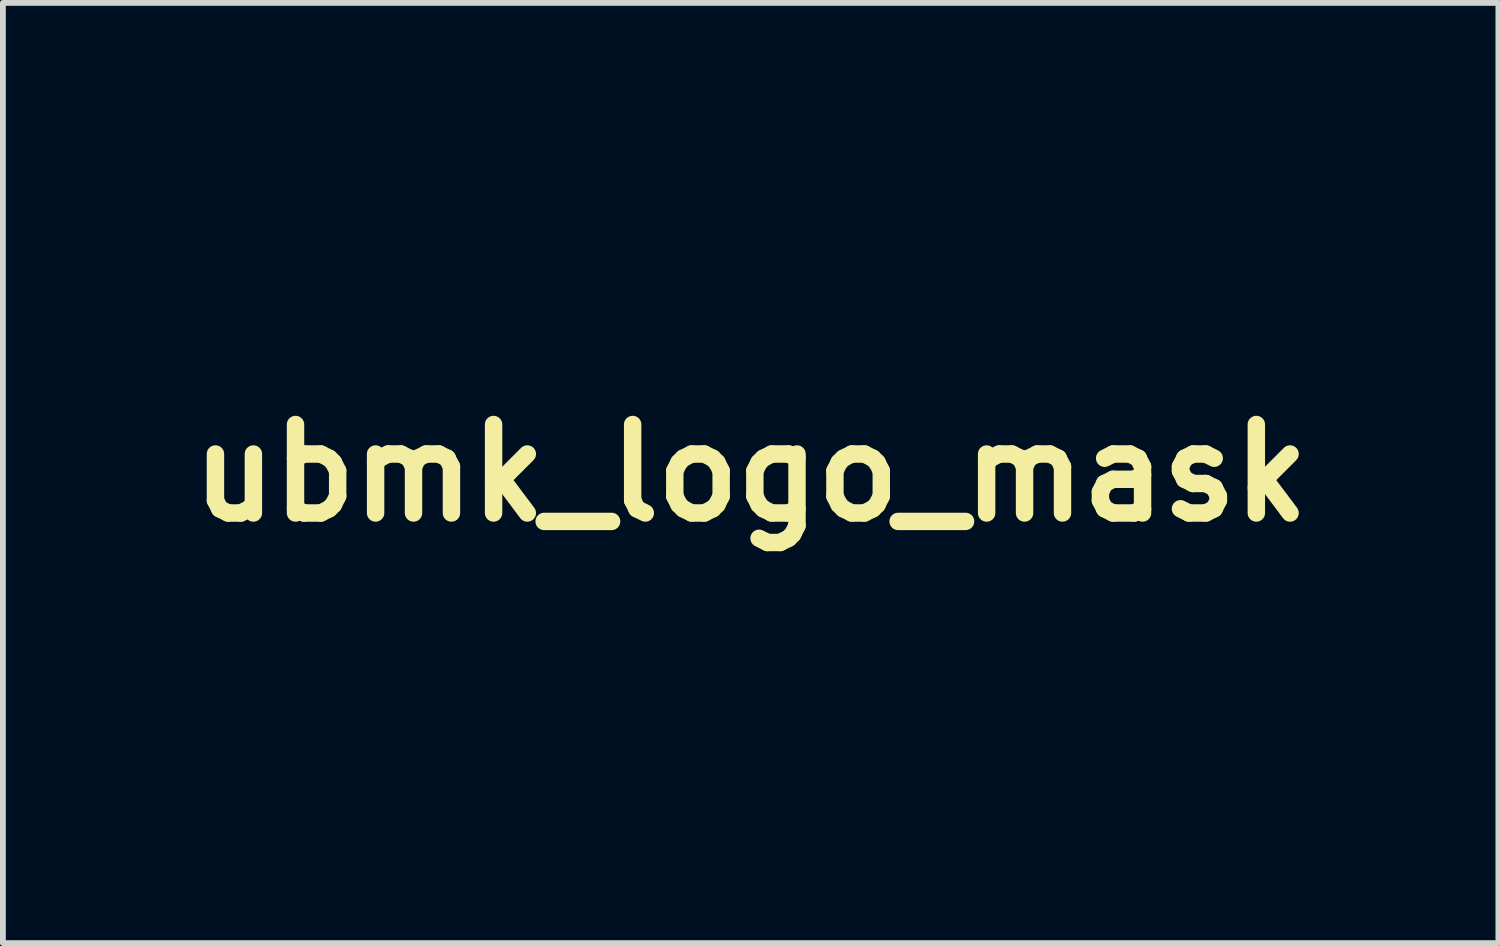
<source format=kicad_pcb>
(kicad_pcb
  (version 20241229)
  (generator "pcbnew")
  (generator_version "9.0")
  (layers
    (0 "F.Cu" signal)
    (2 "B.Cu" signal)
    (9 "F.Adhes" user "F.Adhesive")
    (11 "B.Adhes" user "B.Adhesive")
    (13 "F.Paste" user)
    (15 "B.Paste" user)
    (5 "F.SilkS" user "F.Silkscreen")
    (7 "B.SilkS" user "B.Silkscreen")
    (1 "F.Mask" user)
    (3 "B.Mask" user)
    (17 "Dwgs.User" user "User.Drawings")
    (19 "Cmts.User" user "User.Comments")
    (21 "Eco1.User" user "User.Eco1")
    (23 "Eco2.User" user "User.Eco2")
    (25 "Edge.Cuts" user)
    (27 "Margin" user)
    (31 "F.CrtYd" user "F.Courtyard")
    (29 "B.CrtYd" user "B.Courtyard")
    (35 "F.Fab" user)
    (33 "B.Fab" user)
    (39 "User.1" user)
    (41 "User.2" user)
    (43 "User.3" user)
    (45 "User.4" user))
  (footprint "ubmk_logo_mask"
    (layer "F.Cu")
    (at 9.877 5.095)
    (property "Reference" "ubmk_logo_mask" (at 0 0 0) (layer "F.SilkS") (effects (font (size 1.524 1.524) (thickness 0.3))))
    (attr through_hole)
    (fp_poly (pts (xy 5.39 -3.323) (xy 5.456 -3.3) (xy 5.507 -3.257) (xy 5.522 -3.234) (xy 5.537 -3.189) (xy 5.545 -3.133) (xy 5.546 -3.116) (xy 5.542 -3.065) (xy 5.526 -3.028) (xy 5.492 -2.99) (xy 5.457 -2.958) (xy 5.423 -2.942) (xy 5.379 -2.937) (xy 5.355 -2.937) (xy 5.292 -2.942) (xy 5.244 -2.956) (xy 5.236 -2.961) (xy 5.189 -3.011) (xy 5.163 -3.074) (xy 5.156 -3.143) (xy 5.17 -3.211) (xy 5.203 -3.268) (xy 5.248 -3.304) (xy 5.318 -3.325) (xy 5.39 -3.323)) (stroke (width 0.01) (type solid)) (fill yes) (layer "F.Mask"))
    (fp_poly (pts (xy 5.441 -3.98) (xy 5.528 -3.97) (xy 5.532 -3.969) (xy 5.669 -3.926) (xy 5.802 -3.856) (xy 5.923 -3.766) (xy 6.027 -3.658) (xy 6.085 -3.576) (xy 6.127 -3.491) (xy 6.141 -3.418) (xy 6.127 -3.356) (xy 6.093 -3.31) (xy 6.054 -3.279) (xy 6.01 -3.266) (xy 5.98 -3.265) (xy 5.923 -3.273) (xy 5.88 -3.292) (xy 5.88 -3.293) (xy 5.853 -3.322) (xy 5.822 -3.366) (xy 5.807 -3.391) (xy 5.733 -3.49) (xy 5.64 -3.568) (xy 5.533 -3.622) (xy 5.416 -3.65) (xy 5.293 -3.652) (xy 5.175 -3.626) (xy 5.101 -3.603) (xy 5.046 -3.595) (xy 5.004 -3.602) (xy 4.966 -3.624) (xy 4.948 -3.638) (xy 4.915 -3.674) (xy 4.9 -3.71) (xy 4.897 -3.754) (xy 4.907 -3.817) (xy 4.937 -3.867) (xy 4.993 -3.908) (xy 5.06 -3.938) (xy 5.137 -3.96) (xy 5.234 -3.974) (xy 5.339 -3.981) (xy 5.441 -3.98)) (stroke (width 0.01) (type solid)) (fill yes) (layer "F.Mask"))
    (fp_poly (pts (xy 2.515 -0.859) (xy 2.632 -0.859) (xy 2.765 -1.101) (xy 2.898 -1.343) (xy 3.175 -1.343) (xy 3.264 -1.343) (xy 3.341 -1.342) (xy 3.402 -1.34) (xy 3.44 -1.338) (xy 3.452 -1.336) (xy 3.444 -1.321) (xy 3.422 -1.284) (xy 3.388 -1.229) (xy 3.345 -1.16) (xy 3.294 -1.081) (xy 3.286 -1.067) (xy 3.236 -0.988) (xy 3.194 -0.917) (xy 3.162 -0.86) (xy 3.142 -0.82) (xy 3.136 -0.801) (xy 3.137 -0.8) (xy 3.183 -0.776) (xy 3.236 -0.734) (xy 3.287 -0.684) (xy 3.306 -0.66) (xy 3.337 -0.612) (xy 3.36 -0.557) (xy 3.375 -0.49) (xy 3.385 -0.406) (xy 3.389 -0.299) (xy 3.39 -0.226) (xy 3.39 -0.016) (xy 2.89 -0.016) (xy 2.89 -0.224) (xy 2.889 -0.311) (xy 2.888 -0.372) (xy 2.884 -0.413) (xy 2.876 -0.442) (xy 2.866 -0.463) (xy 2.858 -0.474) (xy 2.805 -0.516) (xy 2.728 -0.539) (xy 2.628 -0.544) (xy 2.617 -0.544) (xy 2.523 -0.539) (xy 2.514 -0.016) (xy 2.031 -0.016) (xy 2.031 -1.89) (xy 2.515 -1.89) (xy 2.515 -0.859)) (stroke (width 0.01) (type solid)) (fill yes) (layer "F.Mask"))
    (fp_poly (pts (xy -3.123 -0.972) (xy -3.122 -0.826) (xy -3.119 -0.71) (xy -3.115 -0.623) (xy -3.108 -0.567) (xy -3.104 -0.548) (xy -3.067 -0.486) (xy -3.007 -0.445) (xy -2.943 -0.428) (xy -2.873 -0.431) (xy -2.815 -0.461) (xy -2.769 -0.514) (xy -2.758 -0.532) (xy -2.75 -0.55) (xy -2.744 -0.573) (xy -2.739 -0.604) (xy -2.736 -0.649) (xy -2.735 -0.712) (xy -2.734 -0.795) (xy -2.734 -0.904) (xy -2.734 -0.955) (xy -2.734 -1.343) (xy -2.249 -1.343) (xy -2.249 -0.901) (xy -2.25 -0.756) (xy -2.251 -0.638) (xy -2.254 -0.543) (xy -2.26 -0.468) (xy -2.268 -0.408) (xy -2.28 -0.359) (xy -2.296 -0.318) (xy -2.317 -0.28) (xy -2.343 -0.241) (xy -2.351 -0.23) (xy -2.439 -0.136) (xy -2.548 -0.063) (xy -2.622 -0.03) (xy -2.693 -0.01) (xy -2.784 0.003) (xy -2.886 0.011) (xy -2.987 0.011) (xy -3.077 0.005) (xy -3.132 -0.005) (xy -3.262 -0.053) (xy -3.378 -0.123) (xy -3.474 -0.212) (xy -3.547 -0.317) (xy -3.559 -0.341) (xy -3.601 -0.43) (xy -3.606 -0.886) (xy -3.611 -1.343) (xy -3.124 -1.343) (xy -3.123 -0.972)) (stroke (width 0.01) (type solid)) (fill yes) (layer "F.Mask"))
    (fp_poly (pts (xy 5.53 -5.081) (xy 5.759 -5.046) (xy 5.984 -4.983) (xy 6.199 -4.896) (xy 6.404 -4.783) (xy 6.595 -4.646) (xy 6.769 -4.486) (xy 6.918 -4.312) (xy 6.979 -4.225) (xy 7.034 -4.136) (xy 7.08 -4.051) (xy 7.115 -3.974) (xy 7.135 -3.912) (xy 7.139 -3.884) (xy 7.125 -3.821) (xy 7.088 -3.771) (xy 7.035 -3.738) (xy 6.973 -3.727) (xy 6.911 -3.74) (xy 6.879 -3.761) (xy 6.847 -3.8) (xy 6.809 -3.86) (xy 6.796 -3.884) (xy 6.673 -4.081) (xy 6.529 -4.254) (xy 6.366 -4.404) (xy 6.184 -4.53) (xy 5.985 -4.63) (xy 5.77 -4.703) (xy 5.541 -4.749) (xy 5.534 -4.75) (xy 5.342 -4.761) (xy 5.141 -4.746) (xy 4.936 -4.704) (xy 4.733 -4.637) (xy 4.732 -4.637) (xy 4.666 -4.612) (xy 4.62 -4.599) (xy 4.584 -4.596) (xy 4.551 -4.602) (xy 4.55 -4.602) (xy 4.491 -4.631) (xy 4.451 -4.679) (xy 4.432 -4.739) (xy 4.437 -4.803) (xy 4.462 -4.854) (xy 4.497 -4.886) (xy 4.555 -4.92) (xy 4.61 -4.945) (xy 4.834 -5.023) (xy 5.064 -5.071) (xy 5.297 -5.09) (xy 5.53 -5.081)) (stroke (width 0.01) (type solid)) (fill yes) (layer "F.Mask"))
    (fp_poly (pts (xy 5.563 -4.52) (xy 5.766 -4.475) (xy 5.959 -4.402) (xy 6.14 -4.299) (xy 6.177 -4.274) (xy 6.268 -4.201) (xy 6.356 -4.116) (xy 6.439 -4.023) (xy 6.512 -3.927) (xy 6.572 -3.834) (xy 6.614 -3.748) (xy 6.635 -3.675) (xy 6.636 -3.668) (xy 6.638 -3.619) (xy 6.629 -3.587) (xy 6.604 -3.555) (xy 6.595 -3.547) (xy 6.555 -3.514) (xy 6.512 -3.501) (xy 6.48 -3.5) (xy 6.432 -3.503) (xy 6.394 -3.512) (xy 6.387 -3.515) (xy 6.367 -3.535) (xy 6.339 -3.576) (xy 6.307 -3.629) (xy 6.297 -3.646) (xy 6.197 -3.797) (xy 6.075 -3.927) (xy 5.932 -4.034) (xy 5.772 -4.118) (xy 5.597 -4.177) (xy 5.468 -4.202) (xy 5.313 -4.209) (xy 5.146 -4.187) (xy 4.97 -4.137) (xy 4.899 -4.113) (xy 4.849 -4.101) (xy 4.811 -4.098) (xy 4.781 -4.103) (xy 4.724 -4.131) (xy 4.684 -4.179) (xy 4.663 -4.237) (xy 4.665 -4.299) (xy 4.691 -4.355) (xy 4.697 -4.362) (xy 4.75 -4.404) (xy 4.828 -4.442) (xy 4.926 -4.475) (xy 5.038 -4.503) (xy 5.16 -4.522) (xy 5.285 -4.533) (xy 5.35 -4.534) (xy 5.563 -4.52)) (stroke (width 0.01) (type solid)) (fill yes) (layer "F.Mask"))
    (fp_poly (pts (xy -1.546 -1.234) (xy -1.477 -1.287) (xy -1.386 -1.338) (xy -1.28 -1.366) (xy -1.166 -1.371) (xy -1.048 -1.355) (xy -0.933 -1.318) (xy -0.827 -1.259) (xy -0.782 -1.225) (xy -0.714 -1.153) (xy -0.654 -1.06) (xy -0.607 -0.959) (xy -0.587 -0.89) (xy -0.565 -0.736) (xy -0.571 -0.589) (xy -0.603 -0.451) (xy -0.659 -0.325) (xy -0.737 -0.215) (xy -0.835 -0.123) (xy -0.953 -0.053) (xy -1.088 -0.006) (xy -1.106 -0.002) (xy -1.192 0.01) (xy -1.292 0.014) (xy -1.395 0.011) (xy -1.487 0.000044) (xy -1.529 -0.009) (xy -1.666 -0.061) (xy -1.784 -0.138) (xy -1.883 -0.24) (xy -1.962 -0.364) (xy -1.967 -0.375) (xy -2.023 -0.492) (xy -2.024 -0.672) (xy -1.531 -0.672) (xy -1.518 -0.583) (xy -1.482 -0.51) (xy -1.429 -0.456) (xy -1.361 -0.425) (xy -1.284 -0.418) (xy -1.201 -0.439) (xy -1.186 -0.447) (xy -1.131 -0.49) (xy -1.094 -0.553) (xy -1.074 -0.628) (xy -1.072 -0.707) (xy -1.09 -0.783) (xy -1.128 -0.848) (xy -1.139 -0.86) (xy -1.205 -0.907) (xy -1.275 -0.927) (xy -1.346 -0.922) (xy -1.412 -0.895) (xy -1.468 -0.848) (xy -1.508 -0.783) (xy -1.529 -0.703) (xy -1.531 -0.672) (xy -2.024 -0.672) (xy -2.028 -1.191) (xy -2.032 -1.89) (xy -1.546 -1.89) (xy -1.546 -1.234)) (stroke (width 0.01) (type solid)) (fill yes) (layer "F.Mask"))
    (fp_poly (pts (xy 5.144 2.424) (xy 5.159 2.425) (xy 5.788 2.429) (xy 5.857 2.468) (xy 5.927 2.524) (xy 5.963 2.577) (xy 5.999 2.647) (xy 5.995 3.321) (xy 5.991 3.996) (xy 5.943 4.056) (xy 5.921 4.083) (xy 5.902 4.105) (xy 5.881 4.123) (xy 5.855 4.138) (xy 5.823 4.149) (xy 5.78 4.157) (xy 5.724 4.163) (xy 5.652 4.167) (xy 5.561 4.169) (xy 5.448 4.17) (xy 5.31 4.171) (xy 5.144 4.171) (xy 5.124 4.171) (xy 4.959 4.171) (xy 4.822 4.17) (xy 4.712 4.169) (xy 4.623 4.168) (xy 4.555 4.166) (xy 4.503 4.163) (xy 4.465 4.16) (xy 4.439 4.155) (xy 4.42 4.15) (xy 4.413 4.146) (xy 4.348 4.105) (xy 4.304 4.054) (xy 4.278 4.007) (xy 4.271 3.989) (xy 4.265 3.968) (xy 4.261 3.941) (xy 4.257 3.905) (xy 4.254 3.856) (xy 4.252 3.792) (xy 4.251 3.709) (xy 4.25 3.604) (xy 4.25 3.474) (xy 4.249 3.316) (xy 4.249 3.312) (xy 4.25 3.151) (xy 4.251 3.007) (xy 4.251 2.999) (xy 4.827 2.999) (xy 4.827 3.609) (xy 5.128 3.605) (xy 5.428 3.601) (xy 5.433 3.3) (xy 5.437 2.999) (xy 4.827 2.999) (xy 4.251 2.999) (xy 4.253 2.881) (xy 4.255 2.777) (xy 4.258 2.697) (xy 4.262 2.644) (xy 4.265 2.622) (xy 4.294 2.565) (xy 4.344 2.509) (xy 4.407 2.463) (xy 4.467 2.437) (xy 4.503 2.432) (xy 4.57 2.428) (xy 4.667 2.425) (xy 4.795 2.424) (xy 4.954 2.424) (xy 5.144 2.424)) (stroke (width 0.01) (type solid)) (fill yes) (layer "F.Mask"))
    (fp_poly (pts (xy -4.887 -1.763) (xy -4.82 -1.762) (xy -4.768 -1.76) (xy -4.729 -1.756) (xy -4.7 -1.752) (xy -4.678 -1.747) (xy -4.659 -1.741) (xy -4.649 -1.736) (xy -4.596 -1.704) (xy -4.547 -1.66) (xy -4.536 -1.647) (xy -4.491 -1.588) (xy -4.491 -0.193) (xy -4.536 -0.134) (xy -4.557 -0.106) (xy -4.578 -0.084) (xy -4.601 -0.065) (xy -4.629 -0.051) (xy -4.664 -0.039) (xy -4.712 -0.03) (xy -4.773 -0.024) (xy -4.851 -0.02) (xy -4.949 -0.018) (xy -5.069 -0.017) (xy -5.216 -0.016) (xy -5.358 -0.016) (xy -5.518 -0.016) (xy -5.649 -0.016) (xy -5.755 -0.017) (xy -5.84 -0.018) (xy -5.905 -0.019) (xy -5.955 -0.022) (xy -5.993 -0.025) (xy -6.02 -0.03) (xy -6.041 -0.035) (xy -6.059 -0.042) (xy -6.073 -0.049) (xy -6.12 -0.078) (xy -6.16 -0.112) (xy -6.169 -0.123) (xy -6.185 -0.147) (xy -6.198 -0.172) (xy -6.208 -0.202) (xy -6.216 -0.239) (xy -6.223 -0.287) (xy -6.227 -0.348) (xy -6.23 -0.426) (xy -6.231 -0.524) (xy -6.231 -0.577) (xy -5.655 -0.577) (xy -5.354 -0.582) (xy -5.053 -0.586) (xy -5.053 -1.195) (xy -5.354 -1.199) (xy -5.655 -1.204) (xy -5.655 -0.577) (xy -6.231 -0.577) (xy -6.231 -0.644) (xy -6.231 -0.79) (xy -6.23 -0.922) (xy -6.228 -1.089) (xy -6.227 -1.229) (xy -6.225 -1.343) (xy -6.221 -1.435) (xy -6.216 -1.507) (xy -6.209 -1.563) (xy -6.199 -1.606) (xy -6.186 -1.638) (xy -6.17 -1.663) (xy -6.149 -1.683) (xy -6.124 -1.702) (xy -6.103 -1.716) (xy -6.04 -1.757) (xy -5.378 -1.762) (xy -5.216 -1.763) (xy -5.083 -1.763) (xy -4.974 -1.763) (xy -4.887 -1.763)) (stroke (width 0.01) (type solid)) (fill yes) (layer "F.Mask"))
    (fp_poly (pts (xy -5.439 2.424) (xy -5.313 2.424) (xy -4.676 2.429) (xy -4.611 2.472) (xy -4.564 2.512) (xy -4.525 2.56) (xy -4.515 2.577) (xy -4.507 2.593) (xy -4.501 2.611) (xy -4.496 2.634) (xy -4.492 2.664) (xy -4.489 2.705) (xy -4.486 2.76) (xy -4.485 2.832) (xy -4.484 2.924) (xy -4.483 3.039) (xy -4.483 3.18) (xy -4.483 3.294) (xy -4.484 3.479) (xy -4.485 3.637) (xy -4.487 3.767) (xy -4.49 3.869) (xy -4.493 3.942) (xy -4.498 3.985) (xy -4.5 3.994) (xy -4.533 4.051) (xy -4.583 4.106) (xy -4.64 4.147) (xy -4.643 4.149) (xy -4.658 4.154) (xy -4.684 4.159) (xy -4.722 4.163) (xy -4.775 4.165) (xy -4.846 4.167) (xy -4.938 4.169) (xy -5.053 4.17) (xy -5.195 4.17) (xy -5.353 4.17) (xy -5.516 4.17) (xy -5.651 4.169) (xy -5.761 4.169) (xy -5.848 4.167) (xy -5.916 4.166) (xy -5.967 4.163) (xy -6.006 4.16) (xy -6.034 4.156) (xy -6.054 4.15) (xy -6.07 4.144) (xy -6.077 4.141) (xy -6.145 4.094) (xy -6.19 4.034) (xy -6.21 3.988) (xy -6.216 3.957) (xy -6.22 3.9) (xy -6.224 3.819) (xy -6.228 3.72) (xy -6.23 3.607) (xy -6.232 3.484) (xy -6.233 3.355) (xy -6.233 3.224) (xy -6.233 3.096) (xy -6.232 2.999) (xy -5.655 2.999) (xy -5.655 3.608) (xy -5.046 3.608) (xy -5.046 2.999) (xy -5.655 2.999) (xy -6.232 2.999) (xy -6.232 2.976) (xy -6.23 2.866) (xy -6.227 2.773) (xy -6.223 2.699) (xy -6.218 2.649) (xy -6.215 2.633) (xy -6.183 2.565) (xy -6.128 2.503) (xy -6.062 2.456) (xy -6.017 2.438) (xy -5.984 2.433) (xy -5.928 2.429) (xy -5.847 2.426) (xy -5.739 2.424) (xy -5.603 2.423) (xy -5.439 2.424)) (stroke (width 0.01) (type solid)) (fill yes) (layer "F.Mask"))
    (fp_poly (pts (xy 0.361 -1.369) (xy 0.495 -1.339) (xy 0.614 -1.29) (xy 0.72 -1.236) (xy 0.792 -1.281) (xy 0.866 -1.317) (xy 0.96 -1.347) (xy 1.062 -1.367) (xy 1.16 -1.375) (xy 1.161 -1.375) (xy 1.309 -1.362) (xy 1.443 -1.326) (xy 1.56 -1.268) (xy 1.657 -1.189) (xy 1.732 -1.091) (xy 1.768 -1.018) (xy 1.778 -0.99) (xy 1.786 -0.963) (xy 1.792 -0.931) (xy 1.797 -0.891) (xy 1.801 -0.839) (xy 1.803 -0.77) (xy 1.806 -0.681) (xy 1.807 -0.567) (xy 1.809 -0.473) (xy 1.815 -0.016) (xy 1.312 -0.016) (xy 1.312 -0.399) (xy 1.312 -0.534) (xy 1.31 -0.641) (xy 1.306 -0.724) (xy 1.3 -0.787) (xy 1.29 -0.833) (xy 1.276 -0.865) (xy 1.257 -0.888) (xy 1.233 -0.904) (xy 1.209 -0.916) (xy 1.135 -0.932) (xy 1.069 -0.92) (xy 1.015 -0.881) (xy 0.977 -0.819) (xy 0.968 -0.786) (xy 0.964 -0.754) (xy 0.96 -0.695) (xy 0.957 -0.616) (xy 0.955 -0.522) (xy 0.953 -0.418) (xy 0.953 -0.371) (xy 0.953 -0.016) (xy 0.469 -0.016) (xy 0.469 -0.407) (xy 0.468 -0.54) (xy 0.467 -0.646) (xy 0.463 -0.728) (xy 0.457 -0.789) (xy 0.448 -0.834) (xy 0.434 -0.865) (xy 0.415 -0.887) (xy 0.391 -0.904) (xy 0.364 -0.916) (xy 0.291 -0.932) (xy 0.224 -0.919) (xy 0.169 -0.879) (xy 0.128 -0.813) (xy 0.126 -0.807) (xy 0.121 -0.777) (xy 0.116 -0.718) (xy 0.113 -0.635) (xy 0.11 -0.53) (xy 0.109 -0.408) (xy 0.109 -0.39) (xy 0.109 -0.016) (xy -0.375 -0.016) (xy -0.375 -0.451) (xy -0.375 -0.582) (xy -0.374 -0.686) (xy -0.372 -0.768) (xy -0.37 -0.831) (xy -0.366 -0.88) (xy -0.361 -0.919) (xy -0.354 -0.953) (xy -0.344 -0.986) (xy -0.343 -0.989) (xy -0.294 -1.098) (xy -0.222 -1.191) (xy -0.129 -1.266) (xy -0.021 -1.323) (xy 0.099 -1.359) (xy 0.228 -1.375) (xy 0.361 -1.369)) (stroke (width 0.01) (type solid)) (fill yes) (layer "F.Mask"))
    (fp_poly (pts (xy -1.001 0.328) (xy -0.862 0.329) (xy -0.749 0.33) (xy -0.658 0.332) (xy -0.586 0.336) (xy -0.53 0.341) (xy -0.488 0.348) (xy -0.455 0.358) (xy -0.428 0.37) (xy -0.406 0.386) (xy -0.385 0.404) (xy -0.378 0.411) (xy -0.359 0.429) (xy -0.343 0.446) (xy -0.33 0.466) (xy -0.32 0.491) (xy -0.312 0.524) (xy -0.306 0.569) (xy -0.302 0.627) (xy -0.299 0.703) (xy -0.298 0.799) (xy -0.297 0.917) (xy -0.297 1.061) (xy -0.297 1.205) (xy -0.297 1.88) (xy -0.336 1.946) (xy -0.392 2.013) (xy -0.442 2.045) (xy -0.46 2.053) (xy -0.478 2.059) (xy -0.501 2.065) (xy -0.53 2.069) (xy -0.57 2.072) (xy -0.623 2.074) (xy -0.692 2.076) (xy -0.781 2.076) (xy -0.892 2.077) (xy -1.029 2.077) (xy -1.165 2.077) (xy -1.327 2.076) (xy -1.473 2.075) (xy -1.598 2.073) (xy -1.702 2.07) (xy -1.782 2.067) (xy -1.835 2.064) (xy -1.859 2.06) (xy -1.91 2.029) (xy -1.963 1.981) (xy -2.004 1.927) (xy -2.009 1.918) (xy -2.014 1.903) (xy -2.019 1.877) (xy -2.023 1.838) (xy -2.025 1.784) (xy -2.028 1.713) (xy -2.029 1.62) (xy -2.03 1.504) (xy -2.031 1.361) (xy -2.031 1.212) (xy -2.03 1.026) (xy -2.029 0.906) (xy -1.468 0.906) (xy -1.468 1.2) (xy -1.468 1.293) (xy -1.466 1.375) (xy -1.464 1.441) (xy -1.461 1.486) (xy -1.458 1.505) (xy -1.458 1.505) (xy -1.44 1.508) (xy -1.395 1.511) (xy -1.33 1.513) (xy -1.248 1.515) (xy -1.156 1.515) (xy -1.153 1.515) (xy -0.859 1.515) (xy -0.859 0.906) (xy -1.468 0.906) (xy -2.029 0.906) (xy -2.029 0.866) (xy -2.027 0.734) (xy -2.024 0.631) (xy -2.021 0.558) (xy -2.016 0.515) (xy -2.014 0.505) (xy -1.97 0.433) (xy -1.901 0.376) (xy -1.867 0.358) (xy -1.849 0.35) (xy -1.829 0.344) (xy -1.802 0.34) (xy -1.766 0.336) (xy -1.718 0.333) (xy -1.654 0.331) (xy -1.572 0.33) (xy -1.468 0.329) (xy -1.339 0.329) (xy -1.182 0.328) (xy -1.167 0.328) (xy -1.001 0.328)) (stroke (width 0.01) (type solid)) (fill yes) (layer "F.Mask"))
    (fp_poly (pts (xy 1.244 0.33) (xy 1.358 0.331) (xy 1.45 0.333) (xy 1.523 0.338) (xy 1.579 0.344) (xy 1.623 0.353) (xy 1.656 0.365) (xy 1.682 0.38) (xy 1.704 0.398) (xy 1.726 0.421) (xy 1.738 0.436) (xy 1.756 0.458) (xy 1.771 0.482) (xy 1.783 0.51) (xy 1.792 0.544) (xy 1.799 0.589) (xy 1.804 0.646) (xy 1.808 0.72) (xy 1.81 0.813) (xy 1.81 0.927) (xy 1.81 1.067) (xy 1.809 1.235) (xy 1.809 1.247) (xy 1.804 1.885) (xy 1.76 1.951) (xy 1.741 1.98) (xy 1.722 2.004) (xy 1.701 2.024) (xy 1.674 2.04) (xy 1.64 2.052) (xy 1.595 2.061) (xy 1.535 2.068) (xy 1.459 2.072) (xy 1.364 2.075) (xy 1.246 2.076) (xy 1.102 2.077) (xy 0.93 2.077) (xy 0.929 2.077) (xy 0.76 2.076) (xy 0.619 2.076) (xy 0.504 2.074) (xy 0.412 2.073) (xy 0.342 2.07) (xy 0.29 2.067) (xy 0.254 2.062) (xy 0.231 2.057) (xy 0.227 2.055) (xy 0.167 2.017) (xy 0.114 1.961) (xy 0.079 1.901) (xy 0.079 1.901) (xy 0.074 1.872) (xy 0.071 1.813) (xy 0.067 1.724) (xy 0.065 1.607) (xy 0.063 1.462) (xy 0.063 1.29) (xy 0.062 1.201) (xy 0.063 1.04) (xy 0.063 0.907) (xy 0.063 0.906) (xy 0.625 0.906) (xy 0.625 1.2) (xy 0.625 1.293) (xy 0.627 1.375) (xy 0.629 1.441) (xy 0.632 1.486) (xy 0.635 1.505) (xy 0.635 1.505) (xy 0.653 1.508) (xy 0.698 1.511) (xy 0.763 1.513) (xy 0.845 1.515) (xy 0.938 1.515) (xy 0.94 1.515) (xy 1.234 1.515) (xy 1.234 0.906) (xy 0.625 0.906) (xy 0.063 0.906) (xy 0.064 0.799) (xy 0.065 0.713) (xy 0.066 0.647) (xy 0.069 0.596) (xy 0.072 0.559) (xy 0.077 0.531) (xy 0.082 0.511) (xy 0.089 0.494) (xy 0.092 0.488) (xy 0.119 0.443) (xy 0.148 0.406) (xy 0.154 0.401) (xy 0.174 0.384) (xy 0.196 0.37) (xy 0.222 0.358) (xy 0.256 0.349) (xy 0.3 0.342) (xy 0.358 0.337) (xy 0.433 0.334) (xy 0.527 0.331) (xy 0.643 0.33) (xy 0.786 0.329) (xy 0.937 0.329) (xy 1.105 0.329) (xy 1.244 0.33)) (stroke (width 0.01) (type solid)) (fill yes) (layer "F.Mask"))
    (fp_poly (pts (xy -0.044 2.421) (xy 0.255 2.421) (xy 0.553 2.422) (xy 0.847 2.422) (xy 1.135 2.422) (xy 1.417 2.423) (xy 1.689 2.423) (xy 1.952 2.424) (xy 2.202 2.425) (xy 2.439 2.426) (xy 2.661 2.427) (xy 2.865 2.428) (xy 3.051 2.429) (xy 3.217 2.43) (xy 3.36 2.431) (xy 3.481 2.432) (xy 3.575 2.434) (xy 3.643 2.435) (xy 3.682 2.437) (xy 3.692 2.438) (xy 3.755 2.467) (xy 3.815 2.514) (xy 3.863 2.57) (xy 3.889 2.622) (xy 3.893 2.652) (xy 3.897 2.711) (xy 3.9 2.796) (xy 3.902 2.905) (xy 3.904 3.035) (xy 3.905 3.183) (xy 3.905 3.312) (xy 3.905 3.48) (xy 3.904 3.62) (xy 3.903 3.735) (xy 3.9 3.827) (xy 3.895 3.9) (xy 3.888 3.957) (xy 3.879 4.001) (xy 3.866 4.035) (xy 3.85 4.061) (xy 3.83 4.083) (xy 3.806 4.104) (xy 3.787 4.118) (xy 3.728 4.163) (xy -0.1 4.166) (xy -0.509 4.167) (xy -0.887 4.167) (xy -1.236 4.167) (xy -1.558 4.167) (xy -1.853 4.168) (xy -2.122 4.168) (xy -2.368 4.168) (xy -2.59 4.168) (xy -2.79 4.167) (xy -2.97 4.167) (xy -3.13 4.167) (xy -3.272 4.166) (xy -3.397 4.165) (xy -3.505 4.165) (xy -3.599 4.164) (xy -3.679 4.163) (xy -3.746 4.161) (xy -3.802 4.16) (xy -3.848 4.158) (xy -3.885 4.156) (xy -3.914 4.154) (xy -3.936 4.152) (xy -3.953 4.15) (xy -3.965 4.147) (xy -3.975 4.144) (xy -3.982 4.141) (xy -3.986 4.139) (xy -4.034 4.106) (xy -4.076 4.063) (xy -4.08 4.058) (xy -4.116 4.007) (xy -4.121 3.311) (xy -4.122 2.999) (xy -3.562 2.999) (xy -3.562 3.608) (xy 3.327 3.608) (xy 3.327 2.999) (xy -3.562 2.999) (xy -4.122 2.999) (xy -4.125 2.615) (xy -4.089 2.562) (xy -4.026 2.492) (xy -3.95 2.448) (xy -3.912 2.436) (xy -3.889 2.435) (xy -3.837 2.433) (xy -3.757 2.432) (xy -3.651 2.43) (xy -3.52 2.429) (xy -3.367 2.428) (xy -3.192 2.427) (xy -2.998 2.426) (xy -2.786 2.425) (xy -2.557 2.424) (xy -2.314 2.424) (xy -2.058 2.423) (xy -1.791 2.422) (xy -1.514 2.422) (xy -1.229 2.422) (xy -0.938 2.421) (xy -0.643 2.421) (xy -0.344 2.421) (xy -0.044 2.421)) (stroke (width 0.01) (type solid)) (fill yes) (layer "F.Mask"))
    (fp_poly (pts (xy -4.037 0.329) (xy -3.8 0.329) (xy -3.591 0.329) (xy -3.407 0.329) (xy -3.248 0.33) (xy -3.11 0.33) (xy -2.994 0.331) (xy -2.896 0.332) (xy -2.814 0.333) (xy -2.748 0.335) (xy -2.695 0.337) (xy -2.654 0.339) (xy -2.622 0.342) (xy -2.598 0.345) (xy -2.58 0.349) (xy -2.566 0.353) (xy -2.555 0.357) (xy -2.554 0.358) (xy -2.475 0.408) (xy -2.421 0.475) (xy -2.407 0.505) (xy -2.402 0.534) (xy -2.398 0.593) (xy -2.395 0.682) (xy -2.393 0.8) (xy -2.391 0.946) (xy -2.39 1.12) (xy -2.39 1.212) (xy -2.39 1.38) (xy -2.391 1.519) (xy -2.392 1.632) (xy -2.393 1.722) (xy -2.396 1.792) (xy -2.399 1.844) (xy -2.402 1.881) (xy -2.407 1.905) (xy -2.412 1.918) (xy -2.452 1.975) (xy -2.507 2.026) (xy -2.564 2.06) (xy -2.567 2.061) (xy -2.588 2.064) (xy -2.637 2.067) (xy -2.713 2.069) (xy -2.816 2.071) (xy -2.948 2.073) (xy -3.109 2.074) (xy -3.298 2.075) (xy -3.518 2.076) (xy -3.767 2.077) (xy -4.046 2.077) (xy -4.309 2.077) (xy -4.576 2.077) (xy -4.813 2.077) (xy -5.024 2.077) (xy -5.208 2.077) (xy -5.368 2.076) (xy -5.506 2.076) (xy -5.623 2.075) (xy -5.722 2.074) (xy -5.804 2.072) (xy -5.871 2.071) (xy -5.925 2.069) (xy -5.967 2.067) (xy -5.999 2.064) (xy -6.024 2.061) (xy -6.042 2.057) (xy -6.056 2.053) (xy -6.068 2.049) (xy -6.072 2.047) (xy -6.137 2.003) (xy -6.181 1.951) (xy -6.225 1.885) (xy -6.23 1.247) (xy -6.23 1.059) (xy -6.23 0.906) (xy -5.655 0.906) (xy -5.655 1.515) (xy -4.308 1.511) (xy -2.96 1.507) (xy -2.952 0.906) (xy -5.655 0.906) (xy -6.23 0.906) (xy -6.23 0.9) (xy -6.229 0.768) (xy -6.227 0.666) (xy -6.223 0.594) (xy -6.219 0.553) (xy -6.217 0.548) (xy -6.18 0.466) (xy -6.119 0.398) (xy -6.054 0.357) (xy -6.043 0.353) (xy -6.029 0.349) (xy -6.012 0.345) (xy -5.988 0.342) (xy -5.957 0.339) (xy -5.916 0.337) (xy -5.864 0.335) (xy -5.798 0.334) (xy -5.718 0.332) (xy -5.621 0.331) (xy -5.506 0.33) (xy -5.37 0.33) (xy -5.212 0.329) (xy -5.03 0.329) (xy -4.822 0.329) (xy -4.587 0.329) (xy -4.322 0.329) (xy -4.304 0.329) (xy -4.037 0.329)) (stroke (width 0.01) (type solid)) (fill yes) (layer "F.Mask"))
    (fp_poly (pts (xy 5.439 -1.763) (xy 5.571 -1.762) (xy 5.674 -1.76) (xy 5.747 -1.756) (xy 5.79 -1.752) (xy 5.797 -1.75) (xy 5.88 -1.711) (xy 5.943 -1.648) (xy 5.969 -1.602) (xy 5.973 -1.591) (xy 5.978 -1.578) (xy 5.981 -1.561) (xy 5.984 -1.537) (xy 5.987 -1.507) (xy 5.989 -1.467) (xy 5.991 -1.415) (xy 5.993 -1.351) (xy 5.994 -1.272) (xy 5.995 -1.176) (xy 5.996 -1.062) (xy 5.997 -0.928) (xy 5.997 -0.772) (xy 5.998 -0.592) (xy 5.998 -0.387) (xy 5.998 -0.154) (xy 5.998 0.108) (xy 5.998 0.161) (xy 5.998 0.428) (xy 5.998 0.666) (xy 5.998 0.876) (xy 5.998 1.06) (xy 5.997 1.22) (xy 5.997 1.358) (xy 5.996 1.476) (xy 5.995 1.574) (xy 5.994 1.656) (xy 5.992 1.723) (xy 5.991 1.776) (xy 5.988 1.817) (xy 5.986 1.849) (xy 5.983 1.873) (xy 5.979 1.891) (xy 5.975 1.904) (xy 5.971 1.914) (xy 5.969 1.918) (xy 5.93 1.979) (xy 5.88 2.024) (xy 5.831 2.052) (xy 5.821 2.056) (xy 5.807 2.06) (xy 5.786 2.063) (xy 5.757 2.066) (xy 5.718 2.068) (xy 5.668 2.07) (xy 5.604 2.072) (xy 5.526 2.073) (xy 5.43 2.074) (xy 5.317 2.075) (xy 5.182 2.076) (xy 5.026 2.077) (xy 4.846 2.077) (xy 4.64 2.077) (xy 4.407 2.077) (xy 4.145 2.077) (xy 4.074 2.077) (xy 3.804 2.077) (xy 3.563 2.077) (xy 3.351 2.076) (xy 3.164 2.076) (xy 3.001 2.075) (xy 2.862 2.075) (xy 2.742 2.074) (xy 2.642 2.072) (xy 2.56 2.071) (xy 2.493 2.069) (xy 2.439 2.067) (xy 2.398 2.065) (xy 2.368 2.062) (xy 2.345 2.059) (xy 2.33 2.056) (xy 2.32 2.052) (xy 2.32 2.052) (xy 2.255 2.01) (xy 2.21 1.961) (xy 2.185 1.918) (xy 2.178 1.902) (xy 2.172 1.884) (xy 2.167 1.859) (xy 2.163 1.827) (xy 2.161 1.782) (xy 2.159 1.723) (xy 2.157 1.645) (xy 2.156 1.547) (xy 2.156 1.425) (xy 2.156 1.276) (xy 2.156 1.207) (xy 2.156 1.036) (xy 2.157 0.906) (xy 2.718 0.906) (xy 2.718 1.2) (xy 2.719 1.293) (xy 2.72 1.375) (xy 2.722 1.441) (xy 2.725 1.486) (xy 2.729 1.505) (xy 2.729 1.505) (xy 2.745 1.506) (xy 2.791 1.508) (xy 2.864 1.509) (xy 2.961 1.51) (xy 3.08 1.511) (xy 3.219 1.512) (xy 3.375 1.512) (xy 3.547 1.512) (xy 3.732 1.512) (xy 3.927 1.512) (xy 4.084 1.511) (xy 5.428 1.507) (xy 5.428 -1.195) (xy 5.128 -1.199) (xy 4.828 -1.203) (xy 4.824 -0.254) (xy 4.823 -0.057) (xy 4.822 0.112) (xy 4.82 0.254) (xy 4.819 0.372) (xy 4.818 0.469) (xy 4.816 0.546) (xy 4.813 0.607) (xy 4.811 0.653) (xy 4.807 0.687) (xy 4.803 0.712) (xy 4.799 0.729) (xy 4.793 0.742) (xy 4.792 0.744) (xy 4.741 0.811) (xy 4.671 0.864) (xy 4.612 0.89) (xy 4.582 0.893) (xy 4.522 0.897) (xy 4.434 0.9) (xy 4.317 0.902) (xy 4.174 0.904) (xy 4.006 0.905) (xy 3.813 0.906) (xy 3.636 0.906) (xy 2.718 0.906) (xy 2.157 0.906) (xy 2.157 0.892) (xy 2.158 0.775) (xy 2.161 0.679) (xy 2.166 0.604) (xy 2.172 0.545) (xy 2.182 0.499) (xy 2.194 0.465) (xy 2.21 0.439) (xy 2.23 0.418) (xy 2.254 0.399) (xy 2.282 0.38) (xy 2.349 0.336) (xy 3.299 0.331) (xy 4.249 0.327) (xy 4.249 -0.605) (xy 4.249 -0.799) (xy 4.249 -0.964) (xy 4.249 -1.103) (xy 4.25 -1.218) (xy 4.251 -1.312) (xy 4.252 -1.387) (xy 4.254 -1.447) (xy 4.257 -1.492) (xy 4.26 -1.527) (xy 4.264 -1.552) (xy 4.268 -1.572) (xy 4.274 -1.588) (xy 4.281 -1.603) (xy 4.282 -1.605) (xy 4.326 -1.669) (xy 4.379 -1.715) (xy 4.442 -1.757) (xy 5.091 -1.762) (xy 5.279 -1.763) (xy 5.439 -1.763)) (stroke (width 0.01) (type solid)) (fill yes) (layer "F.Mask"))
    (fp_poly (pts (xy 0.131 -2.687) (xy 0.52 -2.687) (xy 0.906 -2.687) (xy 1.29 -2.687) (xy 1.668 -2.687) (xy 2.041 -2.686) (xy 2.407 -2.686) (xy 2.764 -2.686) (xy 3.111 -2.685) (xy 3.447 -2.685) (xy 3.771 -2.684) (xy 4.082 -2.683) (xy 4.377 -2.683) (xy 4.657 -2.682) (xy 4.919 -2.681) (xy 5.162 -2.68) (xy 5.385 -2.679) (xy 5.587 -2.678) (xy 5.766 -2.677) (xy 5.921 -2.676) (xy 6.052 -2.675) (xy 6.156 -2.674) (xy 6.232 -2.673) (xy 6.279 -2.671) (xy 6.295 -2.67) (xy 6.427 -2.634) (xy 6.554 -2.571) (xy 6.67 -2.485) (xy 6.768 -2.382) (xy 6.831 -2.285) (xy 6.841 -2.267) (xy 6.851 -2.25) (xy 6.859 -2.233) (xy 6.867 -2.216) (xy 6.874 -2.197) (xy 6.88 -2.173) (xy 6.886 -2.146) (xy 6.891 -2.112) (xy 6.896 -2.07) (xy 6.9 -2.02) (xy 6.904 -1.96) (xy 6.907 -1.889) (xy 6.91 -1.805) (xy 6.912 -1.707) (xy 6.914 -1.595) (xy 6.915 -1.465) (xy 6.917 -1.319) (xy 6.918 -1.153) (xy 6.918 -0.966) (xy 6.919 -0.759) (xy 6.919 -0.528) (xy 6.92 -0.273) (xy 6.92 0.007) (xy 6.92 0.314) (xy 6.92 0.649) (xy 6.92 1.013) (xy 6.92 1.203) (xy 6.92 1.582) (xy 6.92 1.931) (xy 6.92 2.252) (xy 6.92 2.545) (xy 6.919 2.812) (xy 6.919 3.055) (xy 6.919 3.273) (xy 6.918 3.47) (xy 6.917 3.646) (xy 6.916 3.802) (xy 6.915 3.94) (xy 6.913 4.061) (xy 6.911 4.166) (xy 6.908 4.256) (xy 6.905 4.334) (xy 6.902 4.4) (xy 6.898 4.455) (xy 6.893 4.5) (xy 6.888 4.538) (xy 6.882 4.569) (xy 6.876 4.595) (xy 6.869 4.617) (xy 6.861 4.636) (xy 6.852 4.653) (xy 6.843 4.67) (xy 6.833 4.688) (xy 6.825 4.702) (xy 6.752 4.81) (xy 6.654 4.908) (xy 6.541 4.989) (xy 6.418 5.049) (xy 6.33 5.075) (xy 6.313 5.077) (xy 6.278 5.078) (xy 6.224 5.079) (xy 6.151 5.081) (xy 6.058 5.082) (xy 5.944 5.083) (xy 5.809 5.084) (xy 5.652 5.085) (xy 5.473 5.086) (xy 5.271 5.087) (xy 5.045 5.088) (xy 4.796 5.088) (xy 4.522 5.089) (xy 4.223 5.09) (xy 3.898 5.09) (xy 3.547 5.09) (xy 3.169 5.091) (xy 2.763 5.091) (xy 2.33 5.091) (xy 1.868 5.091) (xy 1.377 5.092) (xy 0.857 5.092) (xy 0.306 5.092) (xy -0.13 5.091) (xy -0.67 5.091) (xy -1.18 5.091) (xy -1.66 5.091) (xy -2.112 5.091) (xy -2.536 5.091) (xy -2.933 5.091) (xy -3.304 5.09) (xy -3.649 5.09) (xy -3.97 5.09) (xy -4.268 5.089) (xy -4.543 5.089) (xy -4.796 5.088) (xy -5.028 5.088) (xy -5.24 5.087) (xy -5.432 5.086) (xy -5.607 5.086) (xy -5.763 5.085) (xy -5.903 5.084) (xy -6.028 5.083) (xy -6.137 5.082) (xy -6.232 5.081) (xy -6.313 5.08) (xy -6.383 5.079) (xy -6.44 5.077) (xy -6.487 5.076) (xy -6.525 5.074) (xy -6.553 5.073) (xy -6.573 5.071) (xy -6.585 5.069) (xy -6.588 5.068) (xy -6.731 5.014) (xy -6.857 4.935) (xy -6.964 4.832) (xy -7.05 4.709) (xy -7.107 4.579) (xy -7.111 4.568) (xy -7.114 4.556) (xy -7.117 4.543) (xy -7.12 4.527) (xy -7.122 4.507) (xy -7.125 4.481) (xy -7.127 4.448) (xy -7.129 4.408) (xy -7.13 4.358) (xy -7.132 4.297) (xy -7.133 4.225) (xy -7.134 4.14) (xy -7.135 4.04) (xy -7.136 3.924) (xy -7.136 3.792) (xy -7.137 3.641) (xy -7.137 3.471) (xy -7.137 3.28) (xy -7.137 3.066) (xy -7.137 2.83) (xy -7.137 2.569) (xy -7.136 2.282) (xy -7.136 1.968) (xy -7.136 1.625) (xy -7.135 1.253) (xy -7.135 1.175) (xy -7.133 -0.714) (xy -6.574 -0.714) (xy -6.574 -0.493) (xy -6.574 -0.248) (xy -6.574 0.022) (xy -6.574 0.318) (xy -6.573 0.643) (xy -6.573 0.997) (xy -6.573 1.221) (xy -6.572 1.592) (xy -6.572 1.934) (xy -6.571 2.247) (xy -6.571 2.533) (xy -6.57 2.792) (xy -6.57 3.027) (xy -6.569 3.238) (xy -6.569 3.426) (xy -6.568 3.594) (xy -6.567 3.742) (xy -6.566 3.871) (xy -6.566 3.983) (xy -6.564 4.08) (xy -6.563 4.161) (xy -6.562 4.229) (xy -6.56 4.285) (xy -6.558 4.33) (xy -6.556 4.366) (xy -6.554 4.393) (xy -6.552 4.414) (xy -6.549 4.428) (xy -6.546 4.438) (xy -6.543 4.445) (xy -6.54 4.45) (xy -6.537 4.453) (xy -6.499 4.485) (xy -6.459 4.508) (xy -6.451 4.51) (xy -6.434 4.512) (xy -6.407 4.513) (xy -6.369 4.515) (xy -6.32 4.516) (xy -6.259 4.517) (xy -6.185 4.519) (xy -6.097 4.52) (xy -5.994 4.521) (xy -5.876 4.522) (xy -5.742 4.522) (xy -5.59 4.523) (xy -5.42 4.524) (xy -5.232 4.524) (xy -5.024 4.525) (xy -4.795 4.525) (xy -4.545 4.526) (xy -4.274 4.526) (xy -3.979 4.526) (xy -3.66 4.526) (xy -3.317 4.527) (xy -2.949 4.527) (xy -2.554 4.527) (xy -2.132 4.526) (xy -1.683 4.526) (xy -1.205 4.526) (xy -0.697 4.526) (xy -0.159 4.526) (xy -0.094 4.526) (xy 0.436 4.525) (xy 0.935 4.525) (xy 1.405 4.525) (xy 1.846 4.525) (xy 2.259 4.524) (xy 2.646 4.524) (xy 3.007 4.524) (xy 3.343 4.523) (xy 3.655 4.523) (xy 3.944 4.523) (xy 4.21 4.522) (xy 4.456 4.522) (xy 4.68 4.521) (xy 4.886 4.521) (xy 5.072 4.52) (xy 5.241 4.519) (xy 5.393 4.519) (xy 5.529 4.518) (xy 5.65 4.517) (xy 5.757 4.516) (xy 5.85 4.515) (xy 5.931 4.514) (xy 6.001 4.513) (xy 6.06 4.511) (xy 6.11 4.51) (xy 6.15 4.508) (xy 6.183 4.507) (xy 6.209 4.505) (xy 6.229 4.503) (xy 6.243 4.501) (xy 6.254 4.499) (xy 6.261 4.497) (xy 6.265 4.495) (xy 6.266 4.495) (xy 6.301 4.461) (xy 6.324 4.428) (xy 6.326 4.414) (xy 6.328 4.384) (xy 6.33 4.337) (xy 6.332 4.27) (xy 6.334 4.184) (xy 6.335 4.078) (xy 6.336 3.951) (xy 6.338 3.801) (xy 6.339 3.629) (xy 6.339 3.432) (xy 6.34 3.211) (xy 6.341 2.964) (xy 6.341 2.69) (xy 6.342 2.389) (xy 6.342 2.06) (xy 6.342 1.702) (xy 6.342 1.313) (xy 6.342 1.193) (xy 6.342 -2.003) (xy 6.236 -2.109) (xy -0.099 -2.109) (xy -0.675 -2.109) (xy -1.226 -2.109) (xy -1.752 -2.109) (xy -2.251 -2.108) (xy -2.724 -2.108) (xy -3.17 -2.108) (xy -3.59 -2.107) (xy -3.982 -2.107) (xy -4.347 -2.106) (xy -4.684 -2.105) (xy -4.993 -2.104) (xy -5.273 -2.104) (xy -5.525 -2.103) (xy -5.748 -2.102) (xy -5.942 -2.101) (xy -6.106 -2.1) (xy -6.241 -2.099) (xy -6.345 -2.097) (xy -6.419 -2.096) (xy -6.462 -2.095) (xy -6.474 -2.094) (xy -6.509 -2.07) (xy -6.542 -2.033) (xy -6.545 -2.027) (xy -6.549 -2.021) (xy -6.552 -2.014) (xy -6.555 -2.004) (xy -6.558 -1.991) (xy -6.561 -1.973) (xy -6.563 -1.949) (xy -6.565 -1.917) (xy -6.567 -1.877) (xy -6.568 -1.827) (xy -6.57 -1.765) (xy -6.571 -1.691) (xy -6.572 -1.603) (xy -6.573 -1.5) (xy -6.573 -1.381) (xy -6.574 -1.244) (xy -6.574 -1.088) (xy -6.574 -0.911) (xy -6.574 -0.714) (xy -7.133 -0.714) (xy -7.131 -2.134) (xy -7.07 -2.258) (xy -6.989 -2.389) (xy -6.886 -2.498) (xy -6.765 -2.583) (xy -6.629 -2.643) (xy -6.514 -2.671) (xy -6.49 -2.672) (xy -6.436 -2.673) (xy -6.353 -2.674) (xy -6.243 -2.676) (xy -6.106 -2.677) (xy -5.945 -2.678) (xy -5.76 -2.679) (xy -5.553 -2.68) (xy -5.325 -2.681) (xy -5.078 -2.682) (xy -4.812 -2.682) (xy -4.528 -2.683) (xy -4.229 -2.684) (xy -3.916 -2.684) (xy -3.589 -2.685) (xy -3.25 -2.685) (xy -2.9 -2.686) (xy -2.541 -2.686) (xy -2.173 -2.687) (xy -1.799 -2.687) (xy -1.419 -2.687) (xy -1.035 -2.687) (xy -0.648 -2.687) (xy -0.259 -2.687) (xy 0.131 -2.687)) (stroke (width 0.01) (type solid)) (fill yes) (layer "F.Mask")))
  (gr_rect
    (start -3 -3)
    (end 22.754 13.191)
    (stroke (width 0.1) (type default))
    (fill no)
    (layer "Edge.Cuts")))
</source>
